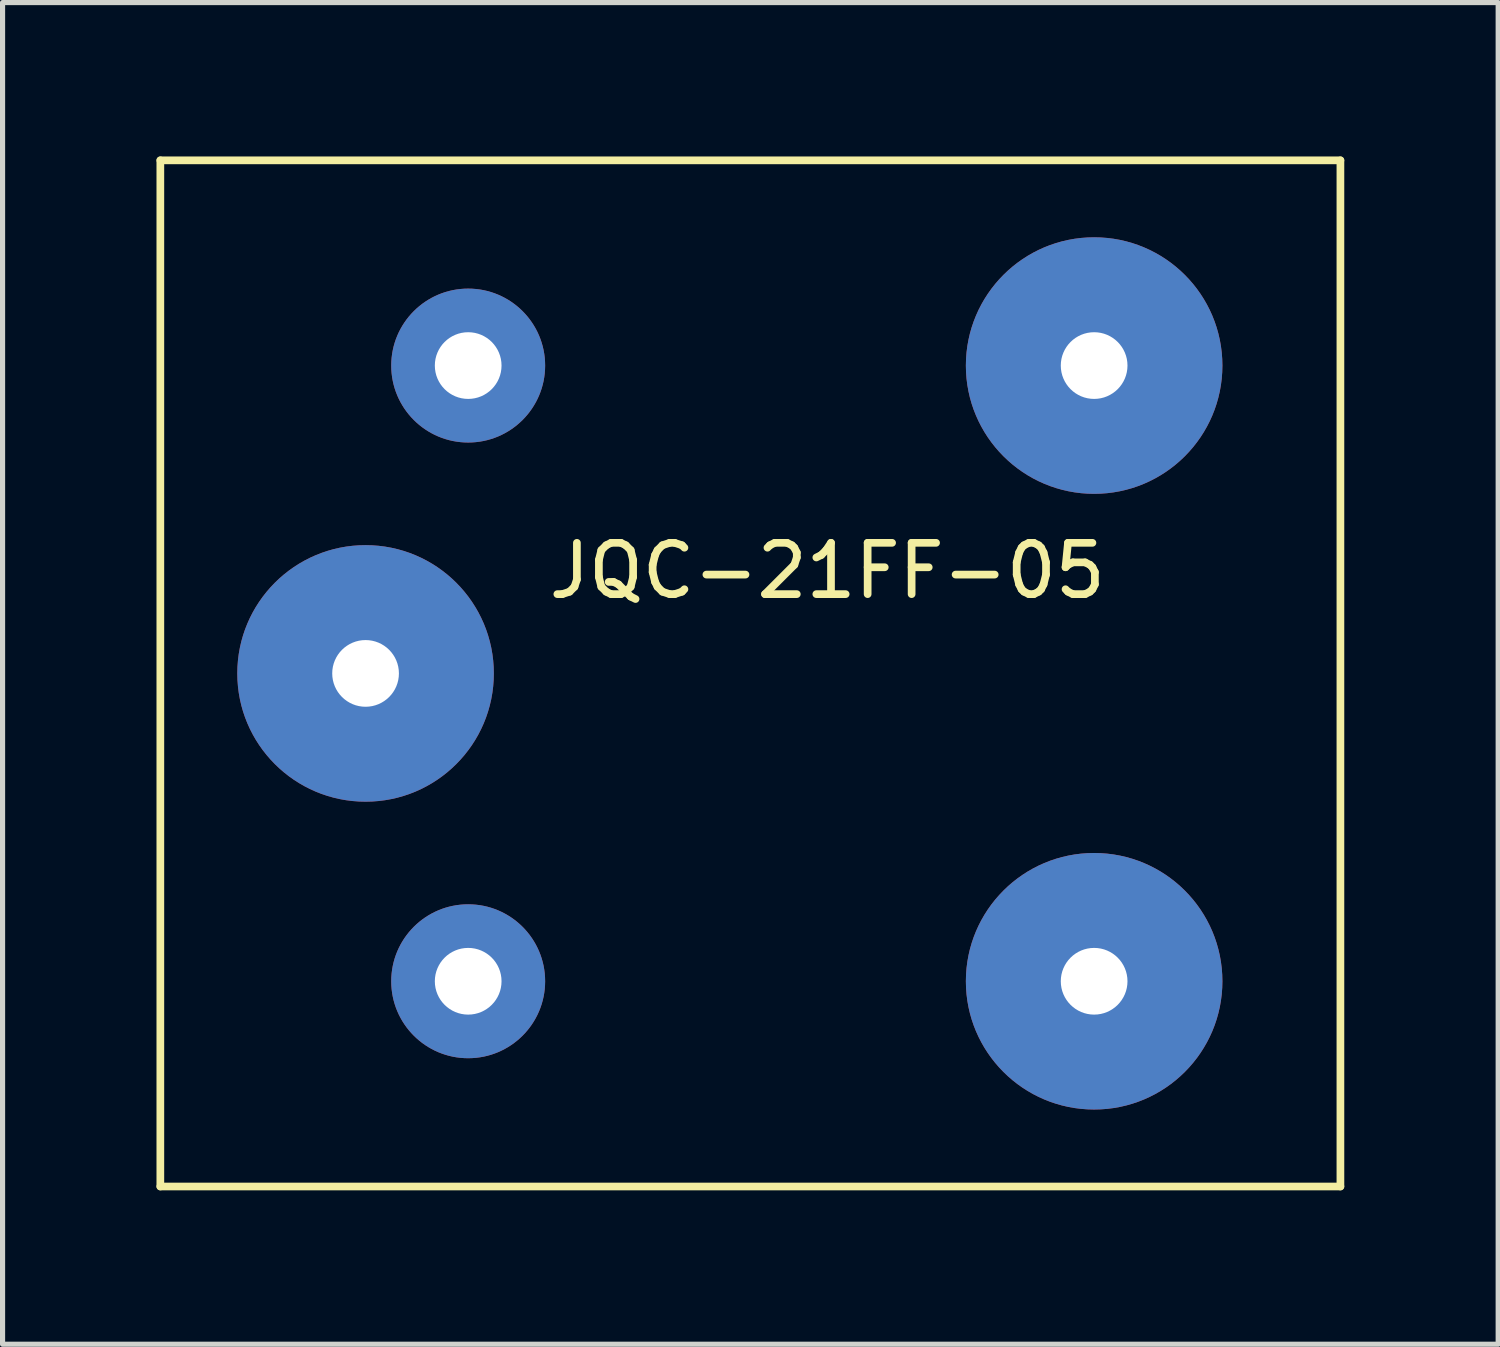
<source format=kicad_pcb>
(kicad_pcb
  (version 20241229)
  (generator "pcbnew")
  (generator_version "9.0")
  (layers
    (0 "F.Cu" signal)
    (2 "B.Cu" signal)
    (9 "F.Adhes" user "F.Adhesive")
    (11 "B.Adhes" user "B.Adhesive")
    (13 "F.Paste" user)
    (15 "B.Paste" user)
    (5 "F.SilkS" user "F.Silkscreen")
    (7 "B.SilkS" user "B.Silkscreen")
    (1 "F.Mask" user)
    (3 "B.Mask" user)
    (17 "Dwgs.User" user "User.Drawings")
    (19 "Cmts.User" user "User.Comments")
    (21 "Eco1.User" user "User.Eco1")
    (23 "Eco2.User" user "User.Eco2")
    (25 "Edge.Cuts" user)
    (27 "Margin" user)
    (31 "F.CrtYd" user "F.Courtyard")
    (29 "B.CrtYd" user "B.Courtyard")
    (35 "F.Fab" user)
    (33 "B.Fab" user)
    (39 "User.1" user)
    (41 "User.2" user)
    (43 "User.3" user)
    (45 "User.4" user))
  (footprint "JQC-21FF-05"
    (layer "F.Cu")
    (at 4.075 10.075)
    (property "Reference" "JQC-21FF-05" (at 9 -2 0) (layer "F.SilkS") (effects (font (size 1 1) (thickness 0.15))))
    (attr through_hole)
    (fp_line (start -4 -10) (end -4 10) (stroke (width 0.15) (type solid)) (layer "F.SilkS"))
    (fp_line (start -4 10) (end 19 10) (stroke (width 0.15) (type solid)) (layer "F.SilkS"))
    (fp_line (start 19 -10) (end -4 -10) (stroke (width 0.15) (type solid)) (layer "F.SilkS"))
    (fp_line (start 19 10) (end 19 -10) (stroke (width 0.15) (type solid)) (layer "F.SilkS"))
    (pad "1" thru_hole circle (at 14.2 -6) (size 5 5) (drill 1.3) (layers "*.Cu" "*.Mask"))
    (pad "2" thru_hole circle (at 0 0) (size 5 5) (drill 1.3) (layers "*.Cu" "*.Mask"))
    (pad "3" thru_hole circle (at 14.2 6) (size 5 5) (drill 1.3) (layers "*.Cu" "*.Mask"))
    (pad "A1" thru_hole circle (at 2 -6) (size 3 3) (drill 1.3) (layers "*.Cu" "*.Mask"))
    (pad "A2" thru_hole circle (at 2 6) (size 3 3) (drill 1.3) (layers "*.Cu" "*.Mask")))
  (gr_rect
    (start -3 -3)
    (end 26.15 23.15)
    (stroke (width 0.1) (type default))
    (fill no)
    (layer "Edge.Cuts")))
</source>
